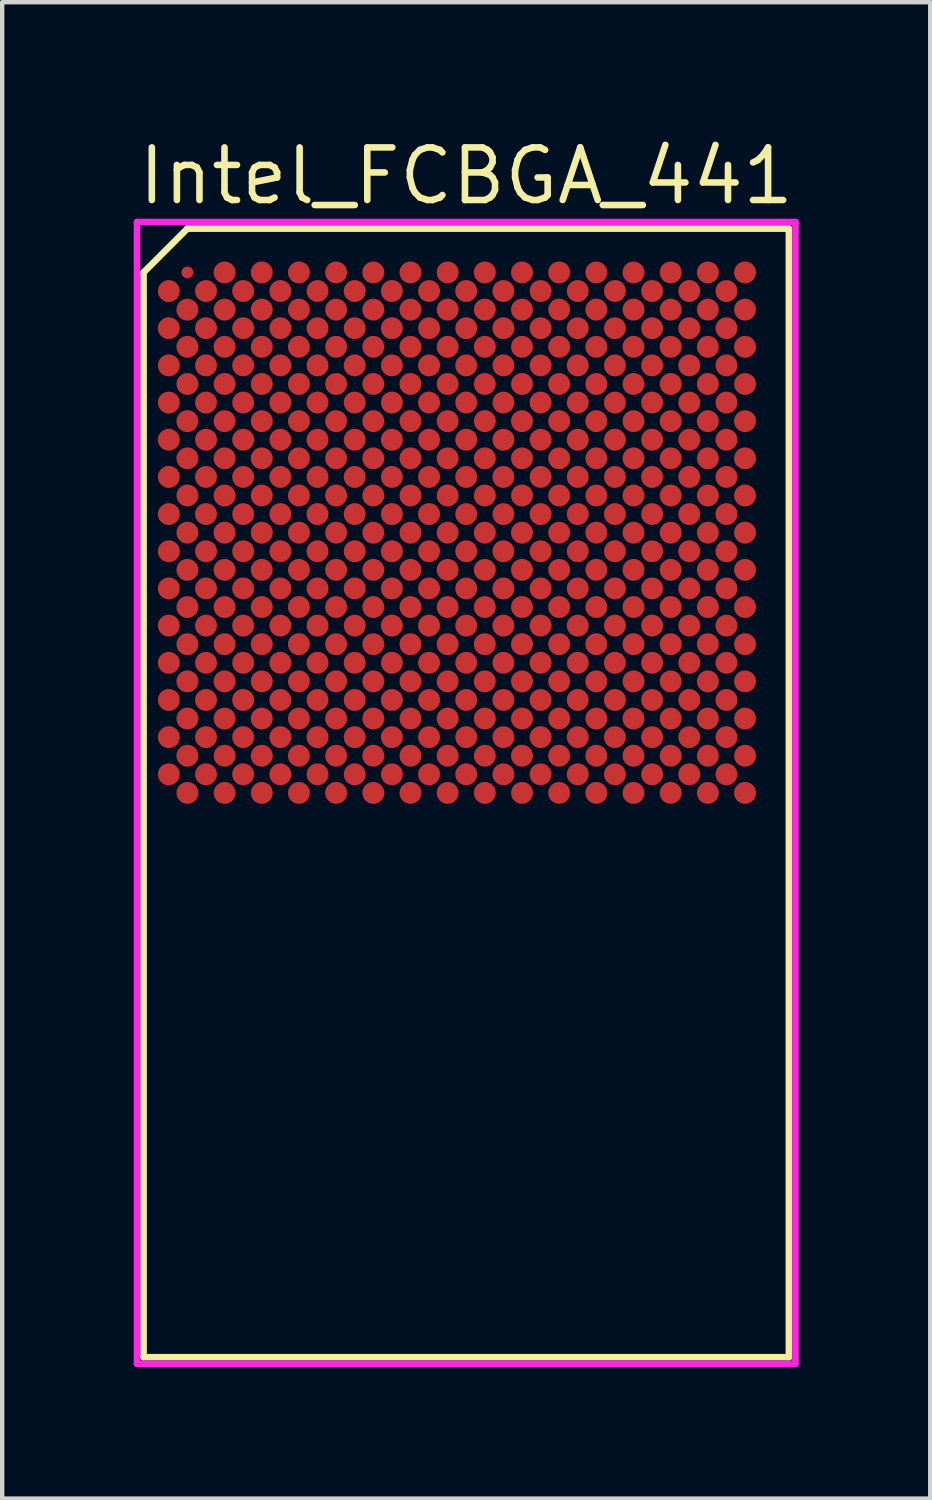
<source format=kicad_pcb>
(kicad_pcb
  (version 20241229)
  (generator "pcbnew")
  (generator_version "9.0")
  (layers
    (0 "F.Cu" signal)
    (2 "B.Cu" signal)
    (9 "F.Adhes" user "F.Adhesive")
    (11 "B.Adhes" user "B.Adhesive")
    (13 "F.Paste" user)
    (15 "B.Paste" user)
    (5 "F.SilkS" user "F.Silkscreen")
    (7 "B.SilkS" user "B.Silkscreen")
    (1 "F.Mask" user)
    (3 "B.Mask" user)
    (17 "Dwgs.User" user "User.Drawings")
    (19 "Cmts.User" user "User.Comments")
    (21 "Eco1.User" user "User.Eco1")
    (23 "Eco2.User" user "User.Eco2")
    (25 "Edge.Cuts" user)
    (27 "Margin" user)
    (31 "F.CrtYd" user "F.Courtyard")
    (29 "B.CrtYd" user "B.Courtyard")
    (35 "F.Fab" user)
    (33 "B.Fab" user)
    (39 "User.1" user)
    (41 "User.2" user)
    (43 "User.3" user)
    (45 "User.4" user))
  (footprint "Intel_FCBGA_441"
    (layer "F.Cu")
    (at 7.585 15.037)
    (property "Reference" "Intel_FCBGA_441" (at 0 -14.072 0) (layer "F.SilkS") (effects (font (size 1.2 1.2) (thickness 0.15))))
    (attr through_hole)
    (fp_line (start -7.36 -11.872) (end -7.36 12.872) (stroke (width 0.15) (type solid)) (layer "F.SilkS"))
    (fp_line (start -7.36 12.872) (end 7.36 12.872) (stroke (width 0.15) (type solid)) (layer "F.SilkS"))
    (fp_line (start -6.36 -12.872) (end -7.36 -11.872) (stroke (width 0.15) (type solid)) (layer "F.SilkS"))
    (fp_line (start 7.36 -12.872) (end -6.36 -12.872) (stroke (width 0.15) (type solid)) (layer "F.SilkS"))
    (fp_line (start 7.36 12.872) (end 7.36 -12.872) (stroke (width 0.15) (type solid)) (layer "F.SilkS"))
    (fp_line (start -7.51 -13.022) (end 7.51 -13.022) (stroke (width 0.15) (type solid)) (layer "F.CrtYd"))
    (fp_line (start -7.51 13.022) (end -7.51 -13.022) (stroke (width 0.15) (type solid)) (layer "F.CrtYd"))
    (fp_line (start 7.51 -13.022) (end 7.51 13.022) (stroke (width 0.15) (type solid)) (layer "F.CrtYd"))
    (fp_line (start 7.51 13.022) (end -7.51 13.022) (stroke (width 0.15) (type solid)) (layer "F.CrtYd"))
    (pad "A1" smd circle (at -6.36 -11.872) (size 0.27 0.27) (layers "F.Cu" "F.Mask" "F.Paste"))
    (pad "A2" smd circle (at -5.512 -11.872) (size 0.5 0.5) (layers "F.Cu" "F.Mask" "F.Paste"))
    (pad "A3" smd circle (at -4.664 -11.872) (size 0.5 0.5) (layers "F.Cu" "F.Mask" "F.Paste"))
    (pad "A4" smd circle (at -3.816 -11.872) (size 0.5 0.5) (layers "F.Cu" "F.Mask" "F.Paste"))
    (pad "A5" smd circle (at -2.968 -11.872) (size 0.5 0.5) (layers "F.Cu" "F.Mask" "F.Paste"))
    (pad "A6" smd circle (at -2.12 -11.872) (size 0.5 0.5) (layers "F.Cu" "F.Mask" "F.Paste"))
    (pad "A7" smd circle (at -1.272 -11.872) (size 0.5 0.5) (layers "F.Cu" "F.Mask" "F.Paste"))
    (pad "A8" smd circle (at -0.424 -11.872) (size 0.5 0.5) (layers "F.Cu" "F.Mask" "F.Paste"))
    (pad "A9" smd circle (at 0.424 -11.872) (size 0.5 0.5) (layers "F.Cu" "F.Mask" "F.Paste"))
    (pad "A10" smd circle (at 1.272 -11.872) (size 0.5 0.5) (layers "F.Cu" "F.Mask" "F.Paste"))
    (pad "A11" smd circle (at 2.12 -11.872) (size 0.5 0.5) (layers "F.Cu" "F.Mask" "F.Paste"))
    (pad "A12" smd circle (at 2.968 -11.872) (size 0.5 0.5) (layers "F.Cu" "F.Mask" "F.Paste"))
    (pad "A13" smd circle (at 3.816 -11.872) (size 0.5 0.5) (layers "F.Cu" "F.Mask" "F.Paste"))
    (pad "A14" smd circle (at 4.664 -11.872) (size 0.5 0.5) (layers "F.Cu" "F.Mask" "F.Paste"))
    (pad "A15" smd circle (at 5.512 -11.872) (size 0.5 0.5) (layers "F.Cu" "F.Mask" "F.Paste"))
    (pad "A16" smd circle (at 6.36 -11.872) (size 0.5 0.5) (layers "F.Cu" "F.Mask" "F.Paste"))
    (pad "AA1" smd circle (at -6.36 -3.392) (size 0.5 0.5) (layers "F.Cu" "F.Mask" "F.Paste"))
    (pad "AA2" smd circle (at -5.512 -3.392) (size 0.5 0.5) (layers "F.Cu" "F.Mask" "F.Paste"))
    (pad "AA3" smd circle (at -4.664 -3.392) (size 0.5 0.5) (layers "F.Cu" "F.Mask" "F.Paste"))
    (pad "AA4" smd circle (at -3.816 -3.392) (size 0.5 0.5) (layers "F.Cu" "F.Mask" "F.Paste"))
    (pad "AA5" smd circle (at -2.968 -3.392) (size 0.5 0.5) (layers "F.Cu" "F.Mask" "F.Paste"))
    (pad "AA6" smd circle (at -2.12 -3.392) (size 0.5 0.5) (layers "F.Cu" "F.Mask" "F.Paste"))
    (pad "AA7" smd circle (at -1.272 -3.392) (size 0.5 0.5) (layers "F.Cu" "F.Mask" "F.Paste"))
    (pad "AA8" smd circle (at -0.424 -3.392) (size 0.5 0.5) (layers "F.Cu" "F.Mask" "F.Paste"))
    (pad "AA9" smd circle (at 0.424 -3.392) (size 0.5 0.5) (layers "F.Cu" "F.Mask" "F.Paste"))
    (pad "AA10" smd circle (at 1.272 -3.392) (size 0.5 0.5) (layers "F.Cu" "F.Mask" "F.Paste"))
    (pad "AA11" smd circle (at 2.12 -3.392) (size 0.5 0.5) (layers "F.Cu" "F.Mask" "F.Paste"))
    (pad "AA12" smd circle (at 2.968 -3.392) (size 0.5 0.5) (layers "F.Cu" "F.Mask" "F.Paste"))
    (pad "AA13" smd circle (at 3.816 -3.392) (size 0.5 0.5) (layers "F.Cu" "F.Mask" "F.Paste"))
    (pad "AA14" smd circle (at 4.664 -3.392) (size 0.5 0.5) (layers "F.Cu" "F.Mask" "F.Paste"))
    (pad "AA15" smd circle (at 5.512 -3.392) (size 0.5 0.5) (layers "F.Cu" "F.Mask" "F.Paste"))
    (pad "AA16" smd circle (at 6.36 -3.392) (size 0.5 0.5) (layers "F.Cu" "F.Mask" "F.Paste"))
    (pad "AB1" smd circle (at -6.784 -2.968) (size 0.5 0.5) (layers "F.Cu" "F.Mask" "F.Paste"))
    (pad "AB2" smd circle (at -5.936 -2.968) (size 0.5 0.5) (layers "F.Cu" "F.Mask" "F.Paste"))
    (pad "AB3" smd circle (at -5.088 -2.968) (size 0.5 0.5) (layers "F.Cu" "F.Mask" "F.Paste"))
    (pad "AB4" smd circle (at -4.24 -2.968) (size 0.5 0.5) (layers "F.Cu" "F.Mask" "F.Paste"))
    (pad "AB5" smd circle (at -3.392 -2.968) (size 0.5 0.5) (layers "F.Cu" "F.Mask" "F.Paste"))
    (pad "AB6" smd circle (at -2.544 -2.968) (size 0.5 0.5) (layers "F.Cu" "F.Mask" "F.Paste"))
    (pad "AB7" smd circle (at -1.696 -2.968) (size 0.5 0.5) (layers "F.Cu" "F.Mask" "F.Paste"))
    (pad "AB8" smd circle (at -0.848 -2.968) (size 0.5 0.5) (layers "F.Cu" "F.Mask" "F.Paste"))
    (pad "AB9" smd circle (at 0 -2.968) (size 0.5 0.5) (layers "F.Cu" "F.Mask" "F.Paste"))
    (pad "AB10" smd circle (at 0.848 -2.968) (size 0.5 0.5) (layers "F.Cu" "F.Mask" "F.Paste"))
    (pad "AB11" smd circle (at 1.696 -2.968) (size 0.5 0.5) (layers "F.Cu" "F.Mask" "F.Paste"))
    (pad "AB12" smd circle (at 2.544 -2.968) (size 0.5 0.5) (layers "F.Cu" "F.Mask" "F.Paste"))
    (pad "AB13" smd circle (at 3.392 -2.968) (size 0.5 0.5) (layers "F.Cu" "F.Mask" "F.Paste"))
    (pad "AB14" smd circle (at 4.24 -2.968) (size 0.5 0.5) (layers "F.Cu" "F.Mask" "F.Paste"))
    (pad "AB15" smd circle (at 5.088 -2.968) (size 0.5 0.5) (layers "F.Cu" "F.Mask" "F.Paste"))
    (pad "AB16" smd circle (at 5.936 -2.968) (size 0.5 0.5) (layers "F.Cu" "F.Mask" "F.Paste"))
    (pad "AC1" smd circle (at -6.36 -2.544) (size 0.5 0.5) (layers "F.Cu" "F.Mask" "F.Paste"))
    (pad "AC2" smd circle (at -5.512 -2.544) (size 0.5 0.5) (layers "F.Cu" "F.Mask" "F.Paste"))
    (pad "AC3" smd circle (at -4.664 -2.544) (size 0.5 0.5) (layers "F.Cu" "F.Mask" "F.Paste"))
    (pad "AC4" smd circle (at -3.816 -2.544) (size 0.5 0.5) (layers "F.Cu" "F.Mask" "F.Paste"))
    (pad "AC5" smd circle (at -2.968 -2.544) (size 0.5 0.5) (layers "F.Cu" "F.Mask" "F.Paste"))
    (pad "AC6" smd circle (at -2.12 -2.544) (size 0.5 0.5) (layers "F.Cu" "F.Mask" "F.Paste"))
    (pad "AC7" smd circle (at -1.272 -2.544) (size 0.5 0.5) (layers "F.Cu" "F.Mask" "F.Paste"))
    (pad "AC8" smd circle (at -0.424 -2.544) (size 0.5 0.5) (layers "F.Cu" "F.Mask" "F.Paste"))
    (pad "AC9" smd circle (at 0.424 -2.544) (size 0.5 0.5) (layers "F.Cu" "F.Mask" "F.Paste"))
    (pad "AC10" smd circle (at 1.272 -2.544) (size 0.5 0.5) (layers "F.Cu" "F.Mask" "F.Paste"))
    (pad "AC11" smd circle (at 2.12 -2.544) (size 0.5 0.5) (layers "F.Cu" "F.Mask" "F.Paste"))
    (pad "AC12" smd circle (at 2.968 -2.544) (size 0.5 0.5) (layers "F.Cu" "F.Mask" "F.Paste"))
    (pad "AC13" smd circle (at 3.816 -2.544) (size 0.5 0.5) (layers "F.Cu" "F.Mask" "F.Paste"))
    (pad "AC14" smd circle (at 4.664 -2.544) (size 0.5 0.5) (layers "F.Cu" "F.Mask" "F.Paste"))
    (pad "AC15" smd circle (at 5.512 -2.544) (size 0.5 0.5) (layers "F.Cu" "F.Mask" "F.Paste"))
    (pad "AC16" smd circle (at 6.36 -2.544) (size 0.5 0.5) (layers "F.Cu" "F.Mask" "F.Paste"))
    (pad "AD1" smd circle (at -6.784 -2.12) (size 0.5 0.5) (layers "F.Cu" "F.Mask" "F.Paste"))
    (pad "AD2" smd circle (at -5.936 -2.12) (size 0.5 0.5) (layers "F.Cu" "F.Mask" "F.Paste"))
    (pad "AD3" smd circle (at -5.088 -2.12) (size 0.5 0.5) (layers "F.Cu" "F.Mask" "F.Paste"))
    (pad "AD4" smd circle (at -4.24 -2.12) (size 0.5 0.5) (layers "F.Cu" "F.Mask" "F.Paste"))
    (pad "AD5" smd circle (at -3.392 -2.12) (size 0.5 0.5) (layers "F.Cu" "F.Mask" "F.Paste"))
    (pad "AD6" smd circle (at -2.544 -2.12) (size 0.5 0.5) (layers "F.Cu" "F.Mask" "F.Paste"))
    (pad "AD7" smd circle (at -1.696 -2.12) (size 0.5 0.5) (layers "F.Cu" "F.Mask" "F.Paste"))
    (pad "AD8" smd circle (at -0.848 -2.12) (size 0.5 0.5) (layers "F.Cu" "F.Mask" "F.Paste"))
    (pad "AD9" smd circle (at 0 -2.12) (size 0.5 0.5) (layers "F.Cu" "F.Mask" "F.Paste"))
    (pad "AD10" smd circle (at 0.848 -2.12) (size 0.5 0.5) (layers "F.Cu" "F.Mask" "F.Paste"))
    (pad "AD11" smd circle (at 1.696 -2.12) (size 0.5 0.5) (layers "F.Cu" "F.Mask" "F.Paste"))
    (pad "AD12" smd circle (at 2.544 -2.12) (size 0.5 0.5) (layers "F.Cu" "F.Mask" "F.Paste"))
    (pad "AD13" smd circle (at 3.392 -2.12) (size 0.5 0.5) (layers "F.Cu" "F.Mask" "F.Paste"))
    (pad "AD14" smd circle (at 4.24 -2.12) (size 0.5 0.5) (layers "F.Cu" "F.Mask" "F.Paste"))
    (pad "AD15" smd circle (at 5.088 -2.12) (size 0.5 0.5) (layers "F.Cu" "F.Mask" "F.Paste"))
    (pad "AD16" smd circle (at 5.936 -2.12) (size 0.5 0.5) (layers "F.Cu" "F.Mask" "F.Paste"))
    (pad "AE1" smd circle (at -6.36 -1.696) (size 0.5 0.5) (layers "F.Cu" "F.Mask" "F.Paste"))
    (pad "AE2" smd circle (at -5.512 -1.696) (size 0.5 0.5) (layers "F.Cu" "F.Mask" "F.Paste"))
    (pad "AE3" smd circle (at -4.664 -1.696) (size 0.5 0.5) (layers "F.Cu" "F.Mask" "F.Paste"))
    (pad "AE4" smd circle (at -3.816 -1.696) (size 0.5 0.5) (layers "F.Cu" "F.Mask" "F.Paste"))
    (pad "AE5" smd circle (at -2.968 -1.696) (size 0.5 0.5) (layers "F.Cu" "F.Mask" "F.Paste"))
    (pad "AE6" smd circle (at -2.12 -1.696) (size 0.5 0.5) (layers "F.Cu" "F.Mask" "F.Paste"))
    (pad "AE7" smd circle (at -1.272 -1.696) (size 0.5 0.5) (layers "F.Cu" "F.Mask" "F.Paste"))
    (pad "AE8" smd circle (at -0.424 -1.696) (size 0.5 0.5) (layers "F.Cu" "F.Mask" "F.Paste"))
    (pad "AE9" smd circle (at 0.424 -1.696) (size 0.5 0.5) (layers "F.Cu" "F.Mask" "F.Paste"))
    (pad "AE10" smd circle (at 1.272 -1.696) (size 0.5 0.5) (layers "F.Cu" "F.Mask" "F.Paste"))
    (pad "AE11" smd circle (at 2.12 -1.696) (size 0.5 0.5) (layers "F.Cu" "F.Mask" "F.Paste"))
    (pad "AE12" smd circle (at 2.968 -1.696) (size 0.5 0.5) (layers "F.Cu" "F.Mask" "F.Paste"))
    (pad "AE13" smd circle (at 3.816 -1.696) (size 0.5 0.5) (layers "F.Cu" "F.Mask" "F.Paste"))
    (pad "AE14" smd circle (at 4.664 -1.696) (size 0.5 0.5) (layers "F.Cu" "F.Mask" "F.Paste"))
    (pad "AE15" smd circle (at 5.512 -1.696) (size 0.5 0.5) (layers "F.Cu" "F.Mask" "F.Paste"))
    (pad "AE16" smd circle (at 6.36 -1.696) (size 0.5 0.5) (layers "F.Cu" "F.Mask" "F.Paste"))
    (pad "AF1" smd circle (at -6.784 -1.272) (size 0.5 0.5) (layers "F.Cu" "F.Mask" "F.Paste"))
    (pad "AF2" smd circle (at -5.936 -1.272) (size 0.5 0.5) (layers "F.Cu" "F.Mask" "F.Paste"))
    (pad "AF3" smd circle (at -5.088 -1.272) (size 0.5 0.5) (layers "F.Cu" "F.Mask" "F.Paste"))
    (pad "AF4" smd circle (at -4.24 -1.272) (size 0.5 0.5) (layers "F.Cu" "F.Mask" "F.Paste"))
    (pad "AF5" smd circle (at -3.392 -1.272) (size 0.5 0.5) (layers "F.Cu" "F.Mask" "F.Paste"))
    (pad "AF6" smd circle (at -2.544 -1.272) (size 0.5 0.5) (layers "F.Cu" "F.Mask" "F.Paste"))
    (pad "AF7" smd circle (at -1.696 -1.272) (size 0.5 0.5) (layers "F.Cu" "F.Mask" "F.Paste"))
    (pad "AF8" smd circle (at -0.848 -1.272) (size 0.5 0.5) (layers "F.Cu" "F.Mask" "F.Paste"))
    (pad "AF9" smd circle (at 0 -1.272) (size 0.5 0.5) (layers "F.Cu" "F.Mask" "F.Paste"))
    (pad "AF10" smd circle (at 0.848 -1.272) (size 0.5 0.5) (layers "F.Cu" "F.Mask" "F.Paste"))
    (pad "AF11" smd circle (at 1.696 -1.272) (size 0.5 0.5) (layers "F.Cu" "F.Mask" "F.Paste"))
    (pad "AF12" smd circle (at 2.544 -1.272) (size 0.5 0.5) (layers "F.Cu" "F.Mask" "F.Paste"))
    (pad "AF13" smd circle (at 3.392 -1.272) (size 0.5 0.5) (layers "F.Cu" "F.Mask" "F.Paste"))
    (pad "AF14" smd circle (at 4.24 -1.272) (size 0.5 0.5) (layers "F.Cu" "F.Mask" "F.Paste"))
    (pad "AF15" smd circle (at 5.088 -1.272) (size 0.5 0.5) (layers "F.Cu" "F.Mask" "F.Paste"))
    (pad "AF16" smd circle (at 5.936 -1.272) (size 0.5 0.5) (layers "F.Cu" "F.Mask" "F.Paste"))
    (pad "AG1" smd circle (at -6.36 -0.848) (size 0.5 0.5) (layers "F.Cu" "F.Mask" "F.Paste"))
    (pad "AG2" smd circle (at -5.512 -0.848) (size 0.5 0.5) (layers "F.Cu" "F.Mask" "F.Paste"))
    (pad "AG3" smd circle (at -4.664 -0.848) (size 0.5 0.5) (layers "F.Cu" "F.Mask" "F.Paste"))
    (pad "AG4" smd circle (at -3.816 -0.848) (size 0.5 0.5) (layers "F.Cu" "F.Mask" "F.Paste"))
    (pad "AG5" smd circle (at -2.968 -0.848) (size 0.5 0.5) (layers "F.Cu" "F.Mask" "F.Paste"))
    (pad "AG6" smd circle (at -2.12 -0.848) (size 0.5 0.5) (layers "F.Cu" "F.Mask" "F.Paste"))
    (pad "AG7" smd circle (at -1.272 -0.848) (size 0.5 0.5) (layers "F.Cu" "F.Mask" "F.Paste"))
    (pad "AG8" smd circle (at -0.424 -0.848) (size 0.5 0.5) (layers "F.Cu" "F.Mask" "F.Paste"))
    (pad "AG9" smd circle (at 0.424 -0.848) (size 0.5 0.5) (layers "F.Cu" "F.Mask" "F.Paste"))
    (pad "AG10" smd circle (at 1.272 -0.848) (size 0.5 0.5) (layers "F.Cu" "F.Mask" "F.Paste"))
    (pad "AG11" smd circle (at 2.12 -0.848) (size 0.5 0.5) (layers "F.Cu" "F.Mask" "F.Paste"))
    (pad "AG12" smd circle (at 2.968 -0.848) (size 0.5 0.5) (layers "F.Cu" "F.Mask" "F.Paste"))
    (pad "AG13" smd circle (at 3.816 -0.848) (size 0.5 0.5) (layers "F.Cu" "F.Mask" "F.Paste"))
    (pad "AG14" smd circle (at 4.664 -0.848) (size 0.5 0.5) (layers "F.Cu" "F.Mask" "F.Paste"))
    (pad "AG15" smd circle (at 5.512 -0.848) (size 0.5 0.5) (layers "F.Cu" "F.Mask" "F.Paste"))
    (pad "AG16" smd circle (at 6.36 -0.848) (size 0.5 0.5) (layers "F.Cu" "F.Mask" "F.Paste"))
    (pad "AH1" smd circle (at -6.784 -0.424) (size 0.5 0.5) (layers "F.Cu" "F.Mask" "F.Paste"))
    (pad "AH2" smd circle (at -5.936 -0.424) (size 0.5 0.5) (layers "F.Cu" "F.Mask" "F.Paste"))
    (pad "AH3" smd circle (at -5.088 -0.424) (size 0.5 0.5) (layers "F.Cu" "F.Mask" "F.Paste"))
    (pad "AH4" smd circle (at -4.24 -0.424) (size 0.5 0.5) (layers "F.Cu" "F.Mask" "F.Paste"))
    (pad "AH5" smd circle (at -3.392 -0.424) (size 0.5 0.5) (layers "F.Cu" "F.Mask" "F.Paste"))
    (pad "AH6" smd circle (at -2.544 -0.424) (size 0.5 0.5) (layers "F.Cu" "F.Mask" "F.Paste"))
    (pad "AH7" smd circle (at -1.696 -0.424) (size 0.5 0.5) (layers "F.Cu" "F.Mask" "F.Paste"))
    (pad "AH8" smd circle (at -0.848 -0.424) (size 0.5 0.5) (layers "F.Cu" "F.Mask" "F.Paste"))
    (pad "AH9" smd circle (at 0 -0.424) (size 0.5 0.5) (layers "F.Cu" "F.Mask" "F.Paste"))
    (pad "AH10" smd circle (at 0.848 -0.424) (size 0.5 0.5) (layers "F.Cu" "F.Mask" "F.Paste"))
    (pad "AH11" smd circle (at 1.696 -0.424) (size 0.5 0.5) (layers "F.Cu" "F.Mask" "F.Paste"))
    (pad "AH12" smd circle (at 2.544 -0.424) (size 0.5 0.5) (layers "F.Cu" "F.Mask" "F.Paste"))
    (pad "AH13" smd circle (at 3.392 -0.424) (size 0.5 0.5) (layers "F.Cu" "F.Mask" "F.Paste"))
    (pad "AH14" smd circle (at 4.24 -0.424) (size 0.5 0.5) (layers "F.Cu" "F.Mask" "F.Paste"))
    (pad "AH15" smd circle (at 5.088 -0.424) (size 0.5 0.5) (layers "F.Cu" "F.Mask" "F.Paste"))
    (pad "AH16" smd circle (at 5.936 -0.424) (size 0.5 0.5) (layers "F.Cu" "F.Mask" "F.Paste"))
    (pad "AJ1" smd circle (at -6.36 0) (size 0.5 0.5) (layers "F.Cu" "F.Mask" "F.Paste"))
    (pad "AJ2" smd circle (at -5.512 0) (size 0.5 0.5) (layers "F.Cu" "F.Mask" "F.Paste"))
    (pad "AJ3" smd circle (at -4.664 0) (size 0.5 0.5) (layers "F.Cu" "F.Mask" "F.Paste"))
    (pad "AJ4" smd circle (at -3.816 0) (size 0.5 0.5) (layers "F.Cu" "F.Mask" "F.Paste"))
    (pad "AJ5" smd circle (at -2.968 0) (size 0.5 0.5) (layers "F.Cu" "F.Mask" "F.Paste"))
    (pad "AJ6" smd circle (at -2.12 0) (size 0.5 0.5) (layers "F.Cu" "F.Mask" "F.Paste"))
    (pad "AJ7" smd circle (at -1.272 0) (size 0.5 0.5) (layers "F.Cu" "F.Mask" "F.Paste"))
    (pad "AJ8" smd circle (at -0.424 0) (size 0.5 0.5) (layers "F.Cu" "F.Mask" "F.Paste"))
    (pad "AJ9" smd circle (at 0.424 0) (size 0.5 0.5) (layers "F.Cu" "F.Mask" "F.Paste"))
    (pad "AJ10" smd circle (at 1.272 0) (size 0.5 0.5) (layers "F.Cu" "F.Mask" "F.Paste"))
    (pad "AJ11" smd circle (at 2.12 0) (size 0.5 0.5) (layers "F.Cu" "F.Mask" "F.Paste"))
    (pad "AJ12" smd circle (at 2.968 0) (size 0.5 0.5) (layers "F.Cu" "F.Mask" "F.Paste"))
    (pad "AJ13" smd circle (at 3.816 0) (size 0.5 0.5) (layers "F.Cu" "F.Mask" "F.Paste"))
    (pad "AJ14" smd circle (at 4.664 0) (size 0.5 0.5) (layers "F.Cu" "F.Mask" "F.Paste"))
    (pad "AJ15" smd circle (at 5.512 0) (size 0.5 0.5) (layers "F.Cu" "F.Mask" "F.Paste"))
    (pad "AJ16" smd circle (at 6.36 0) (size 0.5 0.5) (layers "F.Cu" "F.Mask" "F.Paste"))
    (pad "B1" smd circle (at -6.784 -11.448) (size 0.5 0.5) (layers "F.Cu" "F.Mask" "F.Paste"))
    (pad "B2" smd circle (at -5.936 -11.448) (size 0.5 0.5) (layers "F.Cu" "F.Mask" "F.Paste"))
    (pad "B3" smd circle (at -5.088 -11.448) (size 0.5 0.5) (layers "F.Cu" "F.Mask" "F.Paste"))
    (pad "B4" smd circle (at -4.24 -11.448) (size 0.5 0.5) (layers "F.Cu" "F.Mask" "F.Paste"))
    (pad "B5" smd circle (at -3.392 -11.448) (size 0.5 0.5) (layers "F.Cu" "F.Mask" "F.Paste"))
    (pad "B6" smd circle (at -2.544 -11.448) (size 0.5 0.5) (layers "F.Cu" "F.Mask" "F.Paste"))
    (pad "B7" smd circle (at -1.696 -11.448) (size 0.5 0.5) (layers "F.Cu" "F.Mask" "F.Paste"))
    (pad "B8" smd circle (at -0.848 -11.448) (size 0.5 0.5) (layers "F.Cu" "F.Mask" "F.Paste"))
    (pad "B9" smd circle (at 0 -11.448) (size 0.5 0.5) (layers "F.Cu" "F.Mask" "F.Paste"))
    (pad "B10" smd circle (at 0.848 -11.448) (size 0.5 0.5) (layers "F.Cu" "F.Mask" "F.Paste"))
    (pad "B11" smd circle (at 1.696 -11.448) (size 0.5 0.5) (layers "F.Cu" "F.Mask" "F.Paste"))
    (pad "B12" smd circle (at 2.544 -11.448) (size 0.5 0.5) (layers "F.Cu" "F.Mask" "F.Paste"))
    (pad "B13" smd circle (at 3.392 -11.448) (size 0.5 0.5) (layers "F.Cu" "F.Mask" "F.Paste"))
    (pad "B14" smd circle (at 4.24 -11.448) (size 0.5 0.5) (layers "F.Cu" "F.Mask" "F.Paste"))
    (pad "B15" smd circle (at 5.088 -11.448) (size 0.5 0.5) (layers "F.Cu" "F.Mask" "F.Paste"))
    (pad "B16" smd circle (at 5.936 -11.448) (size 0.5 0.5) (layers "F.Cu" "F.Mask" "F.Paste"))
    (pad "C1" smd circle (at -6.36 -11.024) (size 0.5 0.5) (layers "F.Cu" "F.Mask" "F.Paste"))
    (pad "C2" smd circle (at -5.512 -11.024) (size 0.5 0.5) (layers "F.Cu" "F.Mask" "F.Paste"))
    (pad "C3" smd circle (at -4.664 -11.024) (size 0.5 0.5) (layers "F.Cu" "F.Mask" "F.Paste"))
    (pad "C4" smd circle (at -3.816 -11.024) (size 0.5 0.5) (layers "F.Cu" "F.Mask" "F.Paste"))
    (pad "C5" smd circle (at -2.968 -11.024) (size 0.5 0.5) (layers "F.Cu" "F.Mask" "F.Paste"))
    (pad "C6" smd circle (at -2.12 -11.024) (size 0.5 0.5) (layers "F.Cu" "F.Mask" "F.Paste"))
    (pad "C7" smd circle (at -1.272 -11.024) (size 0.5 0.5) (layers "F.Cu" "F.Mask" "F.Paste"))
    (pad "C8" smd circle (at -0.424 -11.024) (size 0.5 0.5) (layers "F.Cu" "F.Mask" "F.Paste"))
    (pad "C9" smd circle (at 0.424 -11.024) (size 0.5 0.5) (layers "F.Cu" "F.Mask" "F.Paste"))
    (pad "C10" smd circle (at 1.272 -11.024) (size 0.5 0.5) (layers "F.Cu" "F.Mask" "F.Paste"))
    (pad "C11" smd circle (at 2.12 -11.024) (size 0.5 0.5) (layers "F.Cu" "F.Mask" "F.Paste"))
    (pad "C12" smd circle (at 2.968 -11.024) (size 0.5 0.5) (layers "F.Cu" "F.Mask" "F.Paste"))
    (pad "C13" smd circle (at 3.816 -11.024) (size 0.5 0.5) (layers "F.Cu" "F.Mask" "F.Paste"))
    (pad "C14" smd circle (at 4.664 -11.024) (size 0.5 0.5) (layers "F.Cu" "F.Mask" "F.Paste"))
    (pad "C15" smd circle (at 5.512 -11.024) (size 0.5 0.5) (layers "F.Cu" "F.Mask" "F.Paste"))
    (pad "C16" smd circle (at 6.36 -11.024) (size 0.5 0.5) (layers "F.Cu" "F.Mask" "F.Paste"))
    (pad "D1" smd circle (at -6.784 -10.6) (size 0.5 0.5) (layers "F.Cu" "F.Mask" "F.Paste"))
    (pad "D2" smd circle (at -5.936 -10.6) (size 0.5 0.5) (layers "F.Cu" "F.Mask" "F.Paste"))
    (pad "D3" smd circle (at -5.088 -10.6) (size 0.5 0.5) (layers "F.Cu" "F.Mask" "F.Paste"))
    (pad "D4" smd circle (at -4.24 -10.6) (size 0.5 0.5) (layers "F.Cu" "F.Mask" "F.Paste"))
    (pad "D5" smd circle (at -3.392 -10.6) (size 0.5 0.5) (layers "F.Cu" "F.Mask" "F.Paste"))
    (pad "D6" smd circle (at -2.544 -10.6) (size 0.5 0.5) (layers "F.Cu" "F.Mask" "F.Paste"))
    (pad "D7" smd circle (at -1.696 -10.6) (size 0.5 0.5) (layers "F.Cu" "F.Mask" "F.Paste"))
    (pad "D8" smd circle (at -0.848 -10.6) (size 0.5 0.5) (layers "F.Cu" "F.Mask" "F.Paste"))
    (pad "D9" smd circle (at 0 -10.6) (size 0.5 0.5) (layers "F.Cu" "F.Mask" "F.Paste"))
    (pad "D10" smd circle (at 0.848 -10.6) (size 0.5 0.5) (layers "F.Cu" "F.Mask" "F.Paste"))
    (pad "D11" smd circle (at 1.696 -10.6) (size 0.5 0.5) (layers "F.Cu" "F.Mask" "F.Paste"))
    (pad "D12" smd circle (at 2.544 -10.6) (size 0.5 0.5) (layers "F.Cu" "F.Mask" "F.Paste"))
    (pad "D13" smd circle (at 3.392 -10.6) (size 0.5 0.5) (layers "F.Cu" "F.Mask" "F.Paste"))
    (pad "D14" smd circle (at 4.24 -10.6) (size 0.5 0.5) (layers "F.Cu" "F.Mask" "F.Paste"))
    (pad "D15" smd circle (at 5.088 -10.6) (size 0.5 0.5) (layers "F.Cu" "F.Mask" "F.Paste"))
    (pad "D16" smd circle (at 5.936 -10.6) (size 0.5 0.5) (layers "F.Cu" "F.Mask" "F.Paste"))
    (pad "E1" smd circle (at -6.36 -10.176) (size 0.5 0.5) (layers "F.Cu" "F.Mask" "F.Paste"))
    (pad "E2" smd circle (at -5.512 -10.176) (size 0.5 0.5) (layers "F.Cu" "F.Mask" "F.Paste"))
    (pad "E3" smd circle (at -4.664 -10.176) (size 0.5 0.5) (layers "F.Cu" "F.Mask" "F.Paste"))
    (pad "E4" smd circle (at -3.816 -10.176) (size 0.5 0.5) (layers "F.Cu" "F.Mask" "F.Paste"))
    (pad "E5" smd circle (at -2.968 -10.176) (size 0.5 0.5) (layers "F.Cu" "F.Mask" "F.Paste"))
    (pad "E6" smd circle (at -2.12 -10.176) (size 0.5 0.5) (layers "F.Cu" "F.Mask" "F.Paste"))
    (pad "E7" smd circle (at -1.272 -10.176) (size 0.5 0.5) (layers "F.Cu" "F.Mask" "F.Paste"))
    (pad "E8" smd circle (at -0.424 -10.176) (size 0.5 0.5) (layers "F.Cu" "F.Mask" "F.Paste"))
    (pad "E9" smd circle (at 0.424 -10.176) (size 0.5 0.5) (layers "F.Cu" "F.Mask" "F.Paste"))
    (pad "E10" smd circle (at 1.272 -10.176) (size 0.5 0.5) (layers "F.Cu" "F.Mask" "F.Paste"))
    (pad "E11" smd circle (at 2.12 -10.176) (size 0.5 0.5) (layers "F.Cu" "F.Mask" "F.Paste"))
    (pad "E12" smd circle (at 2.968 -10.176) (size 0.5 0.5) (layers "F.Cu" "F.Mask" "F.Paste"))
    (pad "E13" smd circle (at 3.816 -10.176) (size 0.5 0.5) (layers "F.Cu" "F.Mask" "F.Paste"))
    (pad "E14" smd circle (at 4.664 -10.176) (size 0.5 0.5) (layers "F.Cu" "F.Mask" "F.Paste"))
    (pad "E15" smd circle (at 5.512 -10.176) (size 0.5 0.5) (layers "F.Cu" "F.Mask" "F.Paste"))
    (pad "E16" smd circle (at 6.36 -10.176) (size 0.5 0.5) (layers "F.Cu" "F.Mask" "F.Paste"))
    (pad "F1" smd circle (at -6.784 -9.752) (size 0.5 0.5) (layers "F.Cu" "F.Mask" "F.Paste"))
    (pad "F2" smd circle (at -5.936 -9.752) (size 0.5 0.5) (layers "F.Cu" "F.Mask" "F.Paste"))
    (pad "F3" smd circle (at -5.088 -9.752) (size 0.5 0.5) (layers "F.Cu" "F.Mask" "F.Paste"))
    (pad "F4" smd circle (at -4.24 -9.752) (size 0.5 0.5) (layers "F.Cu" "F.Mask" "F.Paste"))
    (pad "F5" smd circle (at -3.392 -9.752) (size 0.5 0.5) (layers "F.Cu" "F.Mask" "F.Paste"))
    (pad "F6" smd circle (at -2.544 -9.752) (size 0.5 0.5) (layers "F.Cu" "F.Mask" "F.Paste"))
    (pad "F7" smd circle (at -1.696 -9.752) (size 0.5 0.5) (layers "F.Cu" "F.Mask" "F.Paste"))
    (pad "F8" smd circle (at -0.848 -9.752) (size 0.5 0.5) (layers "F.Cu" "F.Mask" "F.Paste"))
    (pad "F9" smd circle (at 0 -9.752) (size 0.5 0.5) (layers "F.Cu" "F.Mask" "F.Paste"))
    (pad "F10" smd circle (at 0.848 -9.752) (size 0.5 0.5) (layers "F.Cu" "F.Mask" "F.Paste"))
    (pad "F11" smd circle (at 1.696 -9.752) (size 0.5 0.5) (layers "F.Cu" "F.Mask" "F.Paste"))
    (pad "F12" smd circle (at 2.544 -9.752) (size 0.5 0.5) (layers "F.Cu" "F.Mask" "F.Paste"))
    (pad "F13" smd circle (at 3.392 -9.752) (size 0.5 0.5) (layers "F.Cu" "F.Mask" "F.Paste"))
    (pad "F14" smd circle (at 4.24 -9.752) (size 0.5 0.5) (layers "F.Cu" "F.Mask" "F.Paste"))
    (pad "F15" smd circle (at 5.088 -9.752) (size 0.5 0.5) (layers "F.Cu" "F.Mask" "F.Paste"))
    (pad "F16" smd circle (at 5.936 -9.752) (size 0.5 0.5) (layers "F.Cu" "F.Mask" "F.Paste"))
    (pad "G1" smd circle (at -6.36 -9.328) (size 0.5 0.5) (layers "F.Cu" "F.Mask" "F.Paste"))
    (pad "G2" smd circle (at -5.512 -9.328) (size 0.5 0.5) (layers "F.Cu" "F.Mask" "F.Paste"))
    (pad "G3" smd circle (at -4.664 -9.328) (size 0.5 0.5) (layers "F.Cu" "F.Mask" "F.Paste"))
    (pad "G4" smd circle (at -3.816 -9.328) (size 0.5 0.5) (layers "F.Cu" "F.Mask" "F.Paste"))
    (pad "G5" smd circle (at -2.968 -9.328) (size 0.5 0.5) (layers "F.Cu" "F.Mask" "F.Paste"))
    (pad "G6" smd circle (at -2.12 -9.328) (size 0.5 0.5) (layers "F.Cu" "F.Mask" "F.Paste"))
    (pad "G7" smd circle (at -1.272 -9.328) (size 0.5 0.5) (layers "F.Cu" "F.Mask" "F.Paste"))
    (pad "G8" smd circle (at -0.424 -9.328) (size 0.5 0.5) (layers "F.Cu" "F.Mask" "F.Paste"))
    (pad "G9" smd circle (at 0.424 -9.328) (size 0.5 0.5) (layers "F.Cu" "F.Mask" "F.Paste"))
    (pad "G10" smd circle (at 1.272 -9.328) (size 0.5 0.5) (layers "F.Cu" "F.Mask" "F.Paste"))
    (pad "G11" smd circle (at 2.12 -9.328) (size 0.5 0.5) (layers "F.Cu" "F.Mask" "F.Paste"))
    (pad "G12" smd circle (at 2.968 -9.328) (size 0.5 0.5) (layers "F.Cu" "F.Mask" "F.Paste"))
    (pad "G13" smd circle (at 3.816 -9.328) (size 0.5 0.5) (layers "F.Cu" "F.Mask" "F.Paste"))
    (pad "G14" smd circle (at 4.664 -9.328) (size 0.5 0.5) (layers "F.Cu" "F.Mask" "F.Paste"))
    (pad "G15" smd circle (at 5.512 -9.328) (size 0.5 0.5) (layers "F.Cu" "F.Mask" "F.Paste"))
    (pad "G16" smd circle (at 6.36 -9.328) (size 0.5 0.5) (layers "F.Cu" "F.Mask" "F.Paste"))
    (pad "H1" smd circle (at -6.784 -8.904) (size 0.5 0.5) (layers "F.Cu" "F.Mask" "F.Paste"))
    (pad "H2" smd circle (at -5.936 -8.904) (size 0.5 0.5) (layers "F.Cu" "F.Mask" "F.Paste"))
    (pad "H3" smd circle (at -5.088 -8.904) (size 0.5 0.5) (layers "F.Cu" "F.Mask" "F.Paste"))
    (pad "H4" smd circle (at -4.24 -8.904) (size 0.5 0.5) (layers "F.Cu" "F.Mask" "F.Paste"))
    (pad "H5" smd circle (at -3.392 -8.904) (size 0.5 0.5) (layers "F.Cu" "F.Mask" "F.Paste"))
    (pad "H6" smd circle (at -2.544 -8.904) (size 0.5 0.5) (layers "F.Cu" "F.Mask" "F.Paste"))
    (pad "H7" smd circle (at -1.696 -8.904) (size 0.5 0.5) (layers "F.Cu" "F.Mask" "F.Paste"))
    (pad "H8" smd circle (at -0.848 -8.904) (size 0.5 0.5) (layers "F.Cu" "F.Mask" "F.Paste"))
    (pad "H9" smd circle (at 0 -8.904) (size 0.5 0.5) (layers "F.Cu" "F.Mask" "F.Paste"))
    (pad "H10" smd circle (at 0.848 -8.904) (size 0.5 0.5) (layers "F.Cu" "F.Mask" "F.Paste"))
    (pad "H11" smd circle (at 1.696 -8.904) (size 0.5 0.5) (layers "F.Cu" "F.Mask" "F.Paste"))
    (pad "H12" smd circle (at 2.544 -8.904) (size 0.5 0.5) (layers "F.Cu" "F.Mask" "F.Paste"))
    (pad "H13" smd circle (at 3.392 -8.904) (size 0.5 0.5) (layers "F.Cu" "F.Mask" "F.Paste"))
    (pad "H14" smd circle (at 4.24 -8.904) (size 0.5 0.5) (layers "F.Cu" "F.Mask" "F.Paste"))
    (pad "H15" smd circle (at 5.088 -8.904) (size 0.5 0.5) (layers "F.Cu" "F.Mask" "F.Paste"))
    (pad "H16" smd circle (at 5.936 -8.904) (size 0.5 0.5) (layers "F.Cu" "F.Mask" "F.Paste"))
    (pad "J1" smd circle (at -6.36 -8.48) (size 0.5 0.5) (layers "F.Cu" "F.Mask" "F.Paste"))
    (pad "J2" smd circle (at -5.512 -8.48) (size 0.5 0.5) (layers "F.Cu" "F.Mask" "F.Paste"))
    (pad "J3" smd circle (at -4.664 -8.48) (size 0.5 0.5) (layers "F.Cu" "F.Mask" "F.Paste"))
    (pad "J4" smd circle (at -3.816 -8.48) (size 0.5 0.5) (layers "F.Cu" "F.Mask" "F.Paste"))
    (pad "J5" smd circle (at -2.968 -8.48) (size 0.5 0.5) (layers "F.Cu" "F.Mask" "F.Paste"))
    (pad "J6" smd circle (at -2.12 -8.48) (size 0.5 0.5) (layers "F.Cu" "F.Mask" "F.Paste"))
    (pad "J7" smd circle (at -1.272 -8.48) (size 0.5 0.5) (layers "F.Cu" "F.Mask" "F.Paste"))
    (pad "J8" smd circle (at -0.424 -8.48) (size 0.5 0.5) (layers "F.Cu" "F.Mask" "F.Paste"))
    (pad "J9" smd circle (at 0.424 -8.48) (size 0.5 0.5) (layers "F.Cu" "F.Mask" "F.Paste"))
    (pad "J10" smd circle (at 1.272 -8.48) (size 0.5 0.5) (layers "F.Cu" "F.Mask" "F.Paste"))
    (pad "J11" smd circle (at 2.12 -8.48) (size 0.5 0.5) (layers "F.Cu" "F.Mask" "F.Paste"))
    (pad "J12" smd circle (at 2.968 -8.48) (size 0.5 0.5) (layers "F.Cu" "F.Mask" "F.Paste"))
    (pad "J13" smd circle (at 3.816 -8.48) (size 0.5 0.5) (layers "F.Cu" "F.Mask" "F.Paste"))
    (pad "J14" smd circle (at 4.664 -8.48) (size 0.5 0.5) (layers "F.Cu" "F.Mask" "F.Paste"))
    (pad "J15" smd circle (at 5.512 -8.48) (size 0.5 0.5) (layers "F.Cu" "F.Mask" "F.Paste"))
    (pad "J16" smd circle (at 6.36 -8.48) (size 0.5 0.5) (layers "F.Cu" "F.Mask" "F.Paste"))
    (pad "K1" smd circle (at -6.784 -8.056) (size 0.5 0.5) (layers "F.Cu" "F.Mask" "F.Paste"))
    (pad "K2" smd circle (at -5.936 -8.056) (size 0.5 0.5) (layers "F.Cu" "F.Mask" "F.Paste"))
    (pad "K3" smd circle (at -5.088 -8.056) (size 0.5 0.5) (layers "F.Cu" "F.Mask" "F.Paste"))
    (pad "K4" smd circle (at -4.24 -8.056) (size 0.5 0.5) (layers "F.Cu" "F.Mask" "F.Paste"))
    (pad "K5" smd circle (at -3.392 -8.056) (size 0.5 0.5) (layers "F.Cu" "F.Mask" "F.Paste"))
    (pad "K6" smd circle (at -2.544 -8.056) (size 0.5 0.5) (layers "F.Cu" "F.Mask" "F.Paste"))
    (pad "K7" smd circle (at -1.696 -8.056) (size 0.5 0.5) (layers "F.Cu" "F.Mask" "F.Paste"))
    (pad "K8" smd circle (at -0.848 -8.056) (size 0.5 0.5) (layers "F.Cu" "F.Mask" "F.Paste"))
    (pad "K9" smd circle (at 0 -8.056) (size 0.5 0.5) (layers "F.Cu" "F.Mask" "F.Paste"))
    (pad "K10" smd circle (at 0.848 -8.056) (size 0.5 0.5) (layers "F.Cu" "F.Mask" "F.Paste"))
    (pad "K11" smd circle (at 1.696 -8.056) (size 0.5 0.5) (layers "F.Cu" "F.Mask" "F.Paste"))
    (pad "K12" smd circle (at 2.544 -8.056) (size 0.5 0.5) (layers "F.Cu" "F.Mask" "F.Paste"))
    (pad "K13" smd circle (at 3.392 -8.056) (size 0.5 0.5) (layers "F.Cu" "F.Mask" "F.Paste"))
    (pad "K14" smd circle (at 4.24 -8.056) (size 0.5 0.5) (layers "F.Cu" "F.Mask" "F.Paste"))
    (pad "K15" smd circle (at 5.088 -8.056) (size 0.5 0.5) (layers "F.Cu" "F.Mask" "F.Paste"))
    (pad "K16" smd circle (at 5.936 -8.056) (size 0.5 0.5) (layers "F.Cu" "F.Mask" "F.Paste"))
    (pad "L1" smd circle (at -6.36 -7.632) (size 0.5 0.5) (layers "F.Cu" "F.Mask" "F.Paste"))
    (pad "L2" smd circle (at -5.512 -7.632) (size 0.5 0.5) (layers "F.Cu" "F.Mask" "F.Paste"))
    (pad "L3" smd circle (at -4.664 -7.632) (size 0.5 0.5) (layers "F.Cu" "F.Mask" "F.Paste"))
    (pad "L4" smd circle (at -3.816 -7.632) (size 0.5 0.5) (layers "F.Cu" "F.Mask" "F.Paste"))
    (pad "L5" smd circle (at -2.968 -7.632) (size 0.5 0.5) (layers "F.Cu" "F.Mask" "F.Paste"))
    (pad "L6" smd circle (at -2.12 -7.632) (size 0.5 0.5) (layers "F.Cu" "F.Mask" "F.Paste"))
    (pad "L7" smd circle (at -1.272 -7.632) (size 0.5 0.5) (layers "F.Cu" "F.Mask" "F.Paste"))
    (pad "L8" smd circle (at -0.424 -7.632) (size 0.5 0.5) (layers "F.Cu" "F.Mask" "F.Paste"))
    (pad "L9" smd circle (at 0.424 -7.632) (size 0.5 0.5) (layers "F.Cu" "F.Mask" "F.Paste"))
    (pad "L10" smd circle (at 1.272 -7.632) (size 0.5 0.5) (layers "F.Cu" "F.Mask" "F.Paste"))
    (pad "L11" smd circle (at 2.12 -7.632) (size 0.5 0.5) (layers "F.Cu" "F.Mask" "F.Paste"))
    (pad "L12" smd circle (at 2.968 -7.632) (size 0.5 0.5) (layers "F.Cu" "F.Mask" "F.Paste"))
    (pad "L13" smd circle (at 3.816 -7.632) (size 0.5 0.5) (layers "F.Cu" "F.Mask" "F.Paste"))
    (pad "L14" smd circle (at 4.664 -7.632) (size 0.5 0.5) (layers "F.Cu" "F.Mask" "F.Paste"))
    (pad "L15" smd circle (at 5.512 -7.632) (size 0.5 0.5) (layers "F.Cu" "F.Mask" "F.Paste"))
    (pad "L16" smd circle (at 6.36 -7.632) (size 0.5 0.5) (layers "F.Cu" "F.Mask" "F.Paste"))
    (pad "M1" smd circle (at -6.784 -7.208) (size 0.5 0.5) (layers "F.Cu" "F.Mask" "F.Paste"))
    (pad "M2" smd circle (at -5.936 -7.208) (size 0.5 0.5) (layers "F.Cu" "F.Mask" "F.Paste"))
    (pad "M3" smd circle (at -5.088 -7.208) (size 0.5 0.5) (layers "F.Cu" "F.Mask" "F.Paste"))
    (pad "M4" smd circle (at -4.24 -7.208) (size 0.5 0.5) (layers "F.Cu" "F.Mask" "F.Paste"))
    (pad "M5" smd circle (at -3.392 -7.208) (size 0.5 0.5) (layers "F.Cu" "F.Mask" "F.Paste"))
    (pad "M6" smd circle (at -2.544 -7.208) (size 0.5 0.5) (layers "F.Cu" "F.Mask" "F.Paste"))
    (pad "M7" smd circle (at -1.696 -7.208) (size 0.5 0.5) (layers "F.Cu" "F.Mask" "F.Paste"))
    (pad "M8" smd circle (at -0.848 -7.208) (size 0.5 0.5) (layers "F.Cu" "F.Mask" "F.Paste"))
    (pad "M9" smd circle (at 0 -7.208) (size 0.5 0.5) (layers "F.Cu" "F.Mask" "F.Paste"))
    (pad "M10" smd circle (at 0.848 -7.208) (size 0.5 0.5) (layers "F.Cu" "F.Mask" "F.Paste"))
    (pad "M11" smd circle (at 1.696 -7.208) (size 0.5 0.5) (layers "F.Cu" "F.Mask" "F.Paste"))
    (pad "M12" smd circle (at 2.544 -7.208) (size 0.5 0.5) (layers "F.Cu" "F.Mask" "F.Paste"))
    (pad "M13" smd circle (at 3.392 -7.208) (size 0.5 0.5) (layers "F.Cu" "F.Mask" "F.Paste"))
    (pad "M14" smd circle (at 4.24 -7.208) (size 0.5 0.5) (layers "F.Cu" "F.Mask" "F.Paste"))
    (pad "M15" smd circle (at 5.088 -7.208) (size 0.5 0.5) (layers "F.Cu" "F.Mask" "F.Paste"))
    (pad "M16" smd circle (at 5.936 -7.208) (size 0.5 0.5) (layers "F.Cu" "F.Mask" "F.Paste"))
    (pad "N1" smd circle (at -6.36 -6.784) (size 0.5 0.5) (layers "F.Cu" "F.Mask" "F.Paste"))
    (pad "N2" smd circle (at -5.512 -6.784) (size 0.5 0.5) (layers "F.Cu" "F.Mask" "F.Paste"))
    (pad "N3" smd circle (at -4.664 -6.784) (size 0.5 0.5) (layers "F.Cu" "F.Mask" "F.Paste"))
    (pad "N4" smd circle (at -3.816 -6.784) (size 0.5 0.5) (layers "F.Cu" "F.Mask" "F.Paste"))
    (pad "N5" smd circle (at -2.968 -6.784) (size 0.5 0.5) (layers "F.Cu" "F.Mask" "F.Paste"))
    (pad "N6" smd circle (at -2.12 -6.784) (size 0.5 0.5) (layers "F.Cu" "F.Mask" "F.Paste"))
    (pad "N7" smd circle (at -1.272 -6.784) (size 0.5 0.5) (layers "F.Cu" "F.Mask" "F.Paste"))
    (pad "N8" smd circle (at -0.424 -6.784) (size 0.5 0.5) (layers "F.Cu" "F.Mask" "F.Paste"))
    (pad "N9" smd circle (at 0.424 -6.784) (size 0.5 0.5) (layers "F.Cu" "F.Mask" "F.Paste"))
    (pad "N10" smd circle (at 1.272 -6.784) (size 0.5 0.5) (layers "F.Cu" "F.Mask" "F.Paste"))
    (pad "N11" smd circle (at 2.12 -6.784) (size 0.5 0.5) (layers "F.Cu" "F.Mask" "F.Paste"))
    (pad "N12" smd circle (at 2.968 -6.784) (size 0.5 0.5) (layers "F.Cu" "F.Mask" "F.Paste"))
    (pad "N13" smd circle (at 3.816 -6.784) (size 0.5 0.5) (layers "F.Cu" "F.Mask" "F.Paste"))
    (pad "N14" smd circle (at 4.664 -6.784) (size 0.5 0.5) (layers "F.Cu" "F.Mask" "F.Paste"))
    (pad "N15" smd circle (at 5.512 -6.784) (size 0.5 0.5) (layers "F.Cu" "F.Mask" "F.Paste"))
    (pad "N16" smd circle (at 6.36 -6.784) (size 0.5 0.5) (layers "F.Cu" "F.Mask" "F.Paste"))
    (pad "P1" smd circle (at -6.784 -6.36) (size 0.5 0.5) (layers "F.Cu" "F.Mask" "F.Paste"))
    (pad "P2" smd circle (at -5.936 -6.36) (size 0.5 0.5) (layers "F.Cu" "F.Mask" "F.Paste"))
    (pad "P3" smd circle (at -5.088 -6.36) (size 0.5 0.5) (layers "F.Cu" "F.Mask" "F.Paste"))
    (pad "P4" smd circle (at -4.24 -6.36) (size 0.5 0.5) (layers "F.Cu" "F.Mask" "F.Paste"))
    (pad "P5" smd circle (at -3.392 -6.36) (size 0.5 0.5) (layers "F.Cu" "F.Mask" "F.Paste"))
    (pad "P6" smd circle (at -2.544 -6.36) (size 0.5 0.5) (layers "F.Cu" "F.Mask" "F.Paste"))
    (pad "P7" smd circle (at -1.696 -6.36) (size 0.5 0.5) (layers "F.Cu" "F.Mask" "F.Paste"))
    (pad "P8" smd circle (at -0.848 -6.36) (size 0.5 0.5) (layers "F.Cu" "F.Mask" "F.Paste"))
    (pad "P9" smd circle (at 0 -6.36) (size 0.5 0.5) (layers "F.Cu" "F.Mask" "F.Paste"))
    (pad "P10" smd circle (at 0.848 -6.36) (size 0.5 0.5) (layers "F.Cu" "F.Mask" "F.Paste"))
    (pad "P11" smd circle (at 1.696 -6.36) (size 0.5 0.5) (layers "F.Cu" "F.Mask" "F.Paste"))
    (pad "P12" smd circle (at 2.544 -6.36) (size 0.5 0.5) (layers "F.Cu" "F.Mask" "F.Paste"))
    (pad "P13" smd circle (at 3.392 -6.36) (size 0.5 0.5) (layers "F.Cu" "F.Mask" "F.Paste"))
    (pad "P14" smd circle (at 4.24 -6.36) (size 0.5 0.5) (layers "F.Cu" "F.Mask" "F.Paste"))
    (pad "P15" smd circle (at 5.088 -6.36) (size 0.5 0.5) (layers "F.Cu" "F.Mask" "F.Paste"))
    (pad "P16" smd circle (at 5.936 -6.36) (size 0.5 0.5) (layers "F.Cu" "F.Mask" "F.Paste"))
    (pad "R1" smd circle (at -6.36 -5.936) (size 0.5 0.5) (layers "F.Cu" "F.Mask" "F.Paste"))
    (pad "R2" smd circle (at -5.512 -5.936) (size 0.5 0.5) (layers "F.Cu" "F.Mask" "F.Paste"))
    (pad "R3" smd circle (at -4.664 -5.936) (size 0.5 0.5) (layers "F.Cu" "F.Mask" "F.Paste"))
    (pad "R4" smd circle (at -3.816 -5.936) (size 0.5 0.5) (layers "F.Cu" "F.Mask" "F.Paste"))
    (pad "R5" smd circle (at -2.968 -5.936) (size 0.5 0.5) (layers "F.Cu" "F.Mask" "F.Paste"))
    (pad "R6" smd circle (at -2.12 -5.936) (size 0.5 0.5) (layers "F.Cu" "F.Mask" "F.Paste"))
    (pad "R7" smd circle (at -1.272 -5.936) (size 0.5 0.5) (layers "F.Cu" "F.Mask" "F.Paste"))
    (pad "R8" smd circle (at -0.424 -5.936) (size 0.5 0.5) (layers "F.Cu" "F.Mask" "F.Paste"))
    (pad "R9" smd circle (at 0.424 -5.936) (size 0.5 0.5) (layers "F.Cu" "F.Mask" "F.Paste"))
    (pad "R10" smd circle (at 1.272 -5.936) (size 0.5 0.5) (layers "F.Cu" "F.Mask" "F.Paste"))
    (pad "R11" smd circle (at 2.12 -5.936) (size 0.5 0.5) (layers "F.Cu" "F.Mask" "F.Paste"))
    (pad "R12" smd circle (at 2.968 -5.936) (size 0.5 0.5) (layers "F.Cu" "F.Mask" "F.Paste"))
    (pad "R13" smd circle (at 3.816 -5.936) (size 0.5 0.5) (layers "F.Cu" "F.Mask" "F.Paste"))
    (pad "R14" smd circle (at 4.664 -5.936) (size 0.5 0.5) (layers "F.Cu" "F.Mask" "F.Paste"))
    (pad "R15" smd circle (at 5.512 -5.936) (size 0.5 0.5) (layers "F.Cu" "F.Mask" "F.Paste"))
    (pad "R16" smd circle (at 6.36 -5.936) (size 0.5 0.5) (layers "F.Cu" "F.Mask" "F.Paste"))
    (pad "T1" smd circle (at -6.784 -5.512) (size 0.5 0.5) (layers "F.Cu" "F.Mask" "F.Paste"))
    (pad "T2" smd circle (at -5.936 -5.512) (size 0.5 0.5) (layers "F.Cu" "F.Mask" "F.Paste"))
    (pad "T3" smd circle (at -5.088 -5.512) (size 0.5 0.5) (layers "F.Cu" "F.Mask" "F.Paste"))
    (pad "T4" smd circle (at -4.24 -5.512) (size 0.5 0.5) (layers "F.Cu" "F.Mask" "F.Paste"))
    (pad "T5" smd circle (at -3.392 -5.512) (size 0.5 0.5) (layers "F.Cu" "F.Mask" "F.Paste"))
    (pad "T6" smd circle (at -2.544 -5.512) (size 0.5 0.5) (layers "F.Cu" "F.Mask" "F.Paste"))
    (pad "T7" smd circle (at -1.696 -5.512) (size 0.5 0.5) (layers "F.Cu" "F.Mask" "F.Paste"))
    (pad "T8" smd circle (at -0.848 -5.512) (size 0.5 0.5) (layers "F.Cu" "F.Mask" "F.Paste"))
    (pad "T9" smd circle (at 0 -5.512) (size 0.5 0.5) (layers "F.Cu" "F.Mask" "F.Paste"))
    (pad "T10" smd circle (at 0.848 -5.512) (size 0.5 0.5) (layers "F.Cu" "F.Mask" "F.Paste"))
    (pad "T11" smd circle (at 1.696 -5.512) (size 0.5 0.5) (layers "F.Cu" "F.Mask" "F.Paste"))
    (pad "T12" smd circle (at 2.544 -5.512) (size 0.5 0.5) (layers "F.Cu" "F.Mask" "F.Paste"))
    (pad "T13" smd circle (at 3.392 -5.512) (size 0.5 0.5) (layers "F.Cu" "F.Mask" "F.Paste"))
    (pad "T14" smd circle (at 4.24 -5.512) (size 0.5 0.5) (layers "F.Cu" "F.Mask" "F.Paste"))
    (pad "T15" smd circle (at 5.088 -5.512) (size 0.5 0.5) (layers "F.Cu" "F.Mask" "F.Paste"))
    (pad "T16" smd circle (at 5.936 -5.512) (size 0.5 0.5) (layers "F.Cu" "F.Mask" "F.Paste"))
    (pad "U1" smd circle (at -6.36 -5.088) (size 0.5 0.5) (layers "F.Cu" "F.Mask" "F.Paste"))
    (pad "U2" smd circle (at -5.512 -5.088) (size 0.5 0.5) (layers "F.Cu" "F.Mask" "F.Paste"))
    (pad "U3" smd circle (at -4.664 -5.088) (size 0.5 0.5) (layers "F.Cu" "F.Mask" "F.Paste"))
    (pad "U4" smd circle (at -3.816 -5.088) (size 0.5 0.5) (layers "F.Cu" "F.Mask" "F.Paste"))
    (pad "U5" smd circle (at -2.968 -5.088) (size 0.5 0.5) (layers "F.Cu" "F.Mask" "F.Paste"))
    (pad "U6" smd circle (at -2.12 -5.088) (size 0.5 0.5) (layers "F.Cu" "F.Mask" "F.Paste"))
    (pad "U7" smd circle (at -1.272 -5.088) (size 0.5 0.5) (layers "F.Cu" "F.Mask" "F.Paste"))
    (pad "U8" smd circle (at -0.424 -5.088) (size 0.5 0.5) (layers "F.Cu" "F.Mask" "F.Paste"))
    (pad "U9" smd circle (at 0.424 -5.088) (size 0.5 0.5) (layers "F.Cu" "F.Mask" "F.Paste"))
    (pad "U10" smd circle (at 1.272 -5.088) (size 0.5 0.5) (layers "F.Cu" "F.Mask" "F.Paste"))
    (pad "U11" smd circle (at 2.12 -5.088) (size 0.5 0.5) (layers "F.Cu" "F.Mask" "F.Paste"))
    (pad "U12" smd circle (at 2.968 -5.088) (size 0.5 0.5) (layers "F.Cu" "F.Mask" "F.Paste"))
    (pad "U13" smd circle (at 3.816 -5.088) (size 0.5 0.5) (layers "F.Cu" "F.Mask" "F.Paste"))
    (pad "U14" smd circle (at 4.664 -5.088) (size 0.5 0.5) (layers "F.Cu" "F.Mask" "F.Paste"))
    (pad "U15" smd circle (at 5.512 -5.088) (size 0.5 0.5) (layers "F.Cu" "F.Mask" "F.Paste"))
    (pad "U16" smd circle (at 6.36 -5.088) (size 0.5 0.5) (layers "F.Cu" "F.Mask" "F.Paste"))
    (pad "V1" smd circle (at -6.784 -4.664) (size 0.5 0.5) (layers "F.Cu" "F.Mask" "F.Paste"))
    (pad "V2" smd circle (at -5.936 -4.664) (size 0.5 0.5) (layers "F.Cu" "F.Mask" "F.Paste"))
    (pad "V3" smd circle (at -5.088 -4.664) (size 0.5 0.5) (layers "F.Cu" "F.Mask" "F.Paste"))
    (pad "V4" smd circle (at -4.24 -4.664) (size 0.5 0.5) (layers "F.Cu" "F.Mask" "F.Paste"))
    (pad "V5" smd circle (at -3.392 -4.664) (size 0.5 0.5) (layers "F.Cu" "F.Mask" "F.Paste"))
    (pad "V6" smd circle (at -2.544 -4.664) (size 0.5 0.5) (layers "F.Cu" "F.Mask" "F.Paste"))
    (pad "V7" smd circle (at -1.696 -4.664) (size 0.5 0.5) (layers "F.Cu" "F.Mask" "F.Paste"))
    (pad "V8" smd circle (at -0.848 -4.664) (size 0.5 0.5) (layers "F.Cu" "F.Mask" "F.Paste"))
    (pad "V9" smd circle (at 0 -4.664) (size 0.5 0.5) (layers "F.Cu" "F.Mask" "F.Paste"))
    (pad "V10" smd circle (at 0.848 -4.664) (size 0.5 0.5) (layers "F.Cu" "F.Mask" "F.Paste"))
    (pad "V11" smd circle (at 1.696 -4.664) (size 0.5 0.5) (layers "F.Cu" "F.Mask" "F.Paste"))
    (pad "V12" smd circle (at 2.544 -4.664) (size 0.5 0.5) (layers "F.Cu" "F.Mask" "F.Paste"))
    (pad "V13" smd circle (at 3.392 -4.664) (size 0.5 0.5) (layers "F.Cu" "F.Mask" "F.Paste"))
    (pad "V14" smd circle (at 4.24 -4.664) (size 0.5 0.5) (layers "F.Cu" "F.Mask" "F.Paste"))
    (pad "V15" smd circle (at 5.088 -4.664) (size 0.5 0.5) (layers "F.Cu" "F.Mask" "F.Paste"))
    (pad "V16" smd circle (at 5.936 -4.664) (size 0.5 0.5) (layers "F.Cu" "F.Mask" "F.Paste"))
    (pad "W1" smd circle (at -6.36 -4.24) (size 0.5 0.5) (layers "F.Cu" "F.Mask" "F.Paste"))
    (pad "W2" smd circle (at -5.512 -4.24) (size 0.5 0.5) (layers "F.Cu" "F.Mask" "F.Paste"))
    (pad "W3" smd circle (at -4.664 -4.24) (size 0.5 0.5) (layers "F.Cu" "F.Mask" "F.Paste"))
    (pad "W4" smd circle (at -3.816 -4.24) (size 0.5 0.5) (layers "F.Cu" "F.Mask" "F.Paste"))
    (pad "W5" smd circle (at -2.968 -4.24) (size 0.5 0.5) (layers "F.Cu" "F.Mask" "F.Paste"))
    (pad "W6" smd circle (at -2.12 -4.24) (size 0.5 0.5) (layers "F.Cu" "F.Mask" "F.Paste"))
    (pad "W7" smd circle (at -1.272 -4.24) (size 0.5 0.5) (layers "F.Cu" "F.Mask" "F.Paste"))
    (pad "W8" smd circle (at -0.424 -4.24) (size 0.5 0.5) (layers "F.Cu" "F.Mask" "F.Paste"))
    (pad "W9" smd circle (at 0.424 -4.24) (size 0.5 0.5) (layers "F.Cu" "F.Mask" "F.Paste"))
    (pad "W10" smd circle (at 1.272 -4.24) (size 0.5 0.5) (layers "F.Cu" "F.Mask" "F.Paste"))
    (pad "W11" smd circle (at 2.12 -4.24) (size 0.5 0.5) (layers "F.Cu" "F.Mask" "F.Paste"))
    (pad "W12" smd circle (at 2.968 -4.24) (size 0.5 0.5) (layers "F.Cu" "F.Mask" "F.Paste"))
    (pad "W13" smd circle (at 3.816 -4.24) (size 0.5 0.5) (layers "F.Cu" "F.Mask" "F.Paste"))
    (pad "W14" smd circle (at 4.664 -4.24) (size 0.5 0.5) (layers "F.Cu" "F.Mask" "F.Paste"))
    (pad "W15" smd circle (at 5.512 -4.24) (size 0.5 0.5) (layers "F.Cu" "F.Mask" "F.Paste"))
    (pad "W16" smd circle (at 6.36 -4.24) (size 0.5 0.5) (layers "F.Cu" "F.Mask" "F.Paste"))
    (pad "Y1" smd circle (at -6.784 -3.816) (size 0.5 0.5) (layers "F.Cu" "F.Mask" "F.Paste"))
    (pad "Y2" smd circle (at -5.936 -3.816) (size 0.5 0.5) (layers "F.Cu" "F.Mask" "F.Paste"))
    (pad "Y3" smd circle (at -5.088 -3.816) (size 0.5 0.5) (layers "F.Cu" "F.Mask" "F.Paste"))
    (pad "Y4" smd circle (at -4.24 -3.816) (size 0.5 0.5) (layers "F.Cu" "F.Mask" "F.Paste"))
    (pad "Y5" smd circle (at -3.392 -3.816) (size 0.5 0.5) (layers "F.Cu" "F.Mask" "F.Paste"))
    (pad "Y6" smd circle (at -2.544 -3.816) (size 0.5 0.5) (layers "F.Cu" "F.Mask" "F.Paste"))
    (pad "Y7" smd circle (at -1.696 -3.816) (size 0.5 0.5) (layers "F.Cu" "F.Mask" "F.Paste"))
    (pad "Y8" smd circle (at -0.848 -3.816) (size 0.5 0.5) (layers "F.Cu" "F.Mask" "F.Paste"))
    (pad "Y9" smd circle (at 0 -3.816) (size 0.5 0.5) (layers "F.Cu" "F.Mask" "F.Paste"))
    (pad "Y10" smd circle (at 0.848 -3.816) (size 0.5 0.5) (layers "F.Cu" "F.Mask" "F.Paste"))
    (pad "Y11" smd circle (at 1.696 -3.816) (size 0.5 0.5) (layers "F.Cu" "F.Mask" "F.Paste"))
    (pad "Y12" smd circle (at 2.544 -3.816) (size 0.5 0.5) (layers "F.Cu" "F.Mask" "F.Paste"))
    (pad "Y13" smd circle (at 3.392 -3.816) (size 0.5 0.5) (layers "F.Cu" "F.Mask" "F.Paste"))
    (pad "Y14" smd circle (at 4.24 -3.816) (size 0.5 0.5) (layers "F.Cu" "F.Mask" "F.Paste"))
    (pad "Y15" smd circle (at 5.088 -3.816) (size 0.5 0.5) (layers "F.Cu" "F.Mask" "F.Paste"))
    (pad "Y16" smd circle (at 5.936 -3.816) (size 0.5 0.5) (layers "F.Cu" "F.Mask" "F.Paste")))
  (gr_rect
    (start -3 -3)
    (end 18.17 31.134)
    (stroke (width 0.1) (type default))
    (fill no)
    (layer "Edge.Cuts")))
</source>
